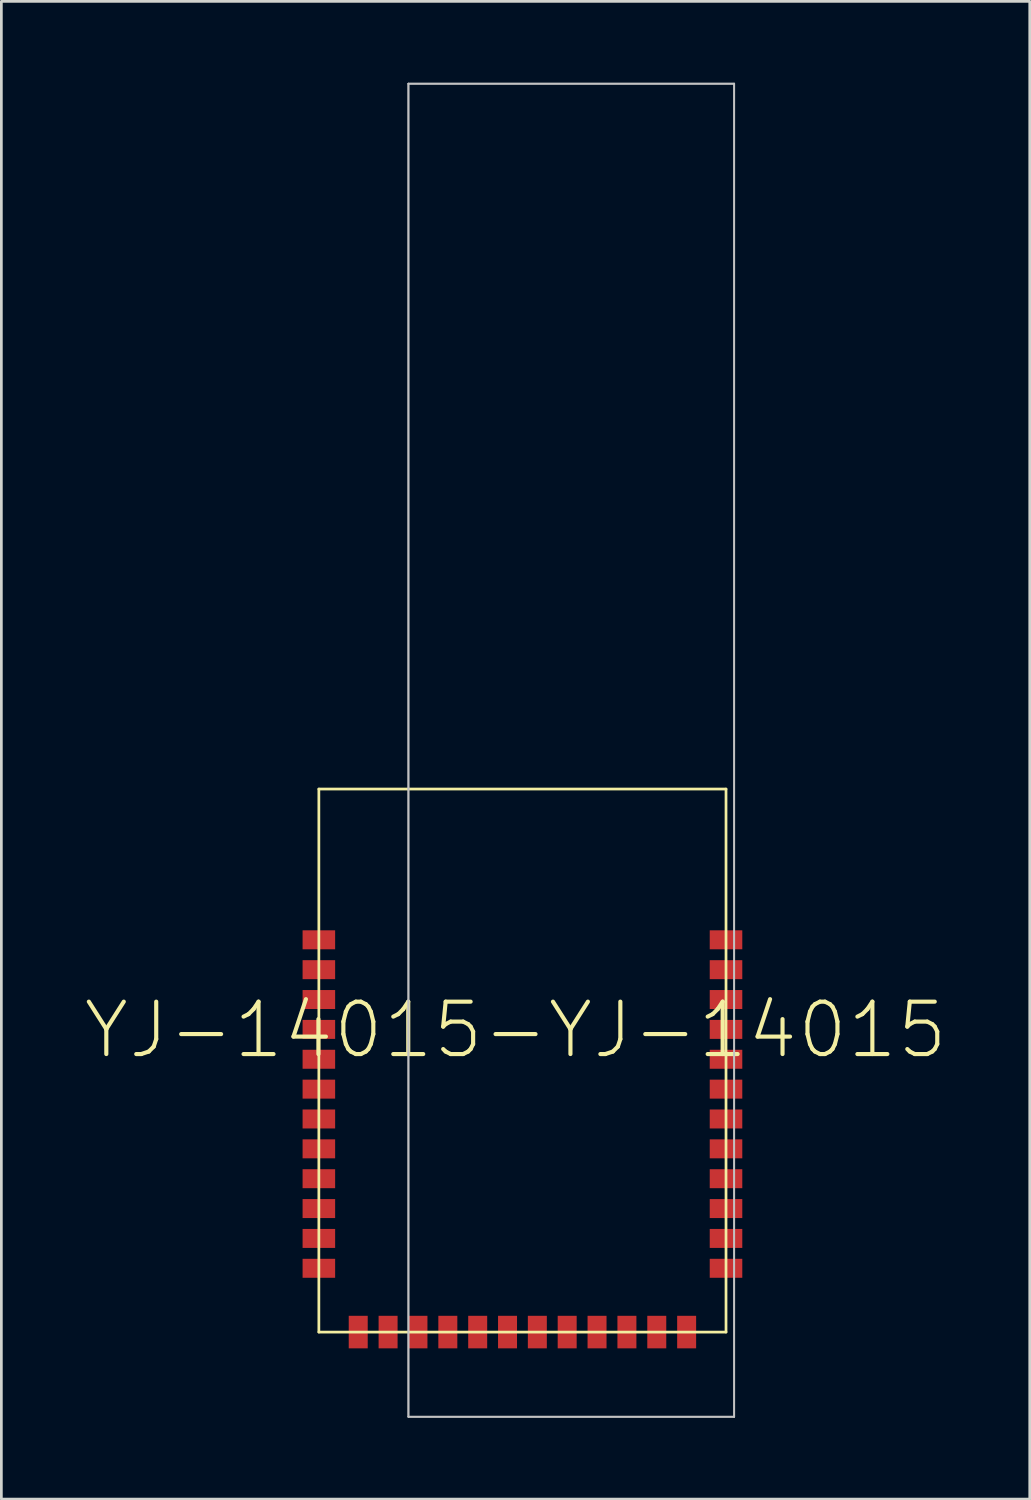
<source format=kicad_pcb>
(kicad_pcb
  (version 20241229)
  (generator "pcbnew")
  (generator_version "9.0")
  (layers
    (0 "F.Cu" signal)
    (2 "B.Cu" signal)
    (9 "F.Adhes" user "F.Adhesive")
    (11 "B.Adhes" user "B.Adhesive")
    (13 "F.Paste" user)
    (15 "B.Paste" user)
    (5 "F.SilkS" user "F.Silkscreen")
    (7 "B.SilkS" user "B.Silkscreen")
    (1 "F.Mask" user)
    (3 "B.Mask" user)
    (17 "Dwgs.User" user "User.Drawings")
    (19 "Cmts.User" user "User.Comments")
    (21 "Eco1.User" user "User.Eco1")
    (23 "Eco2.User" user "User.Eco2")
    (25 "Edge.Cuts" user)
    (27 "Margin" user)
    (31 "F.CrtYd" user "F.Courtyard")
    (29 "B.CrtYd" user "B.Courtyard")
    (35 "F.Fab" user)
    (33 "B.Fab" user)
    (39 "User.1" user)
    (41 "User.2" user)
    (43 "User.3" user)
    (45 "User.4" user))
  (footprint "YJ-14015-YJ-14015"
    (layer "F.Cu")
    (at 16.192 46.012)
    (property "Reference" "YJ-14015-YJ-14015" (at -0.254 -11.125 0) (layer "F.SilkS") (effects (font (size 1.93 1.93) (thickness 0.152))))
    (attr smd)
    (fp_line (start -7.498 -20) (end -7.498 0) (stroke (width 0.1) (type solid)) (layer "F.SilkS"))
    (fp_line (start -7.498 0) (end 7.498 0) (stroke (width 0.1) (type solid)) (layer "F.SilkS"))
    (fp_line (start 7.498 -20) (end -7.498 -20) (stroke (width 0.1) (type solid)) (layer "F.SilkS"))
    (fp_line (start 7.498 0) (end 7.498 -20) (stroke (width 0.1) (type solid)) (layer "F.SilkS"))
    (fp_line (start -4.199 -45.979) (end 7.798 -45.979) (stroke (width 0.066) (type solid)) (layer "Dwgs.User"))
    (fp_line (start -4.199 -45.979) (end 7.798 -45.979) (stroke (width 0.066) (type solid)) (layer "Dwgs.User"))
    (fp_line (start -4.199 3.119) (end -4.199 -45.979) (stroke (width 0.066) (type solid)) (layer "Dwgs.User"))
    (fp_line (start -4.199 3.119) (end -4.199 -45.979) (stroke (width 0.066) (type solid)) (layer "Dwgs.User"))
    (fp_line (start -4.199 3.119) (end 7.798 3.119) (stroke (width 0.066) (type solid)) (layer "Dwgs.User"))
    (fp_line (start -4.199 3.119) (end 7.798 3.119) (stroke (width 0.066) (type solid)) (layer "Dwgs.User"))
    (fp_line (start 7.798 3.119) (end 7.798 -45.979) (stroke (width 0.066) (type solid)) (layer "Dwgs.User"))
    (fp_line (start 7.798 3.119) (end 7.798 -45.979) (stroke (width 0.066) (type solid)) (layer "Dwgs.User"))
    (pad "GND" smd rect (at -7.498 -3.449 90) (size 0.699 1.199) (layers "F.Cu" "F.Mask" "F.Paste"))
    (pad "GND@" smd rect (at -7.498 -14.448 90) (size 0.699 1.199) (layers "F.Cu" "F.Mask" "F.Paste"))
    (pad "P.00" smd rect (at -4.948 0 90) (size 1.199 0.699) (layers "F.Cu" "F.Mask" "F.Paste"))
    (pad "P.01" smd rect (at -3.848 0 90) (size 1.199 0.699) (layers "F.Cu" "F.Mask" "F.Paste"))
    (pad "P.02" smd rect (at -2.748 0 90) (size 1.199 0.699) (layers "F.Cu" "F.Mask" "F.Paste"))
    (pad "P.03" smd rect (at -1.648 0 90) (size 1.199 0.699) (layers "F.Cu" "F.Mask" "F.Paste"))
    (pad "P.04" smd rect (at -0.549 0 90) (size 1.199 0.699) (layers "F.Cu" "F.Mask" "F.Paste"))
    (pad "P.05" smd rect (at 0.549 0 90) (size 1.199 0.699) (layers "F.Cu" "F.Mask" "F.Paste"))
    (pad "P.06" smd rect (at 1.648 0 90) (size 1.199 0.699) (layers "F.Cu" "F.Mask" "F.Paste"))
    (pad "P.07" smd rect (at 2.748 0 90) (size 1.199 0.699) (layers "F.Cu" "F.Mask" "F.Paste"))
    (pad "P.08" smd rect (at 3.848 0 90) (size 1.199 0.699) (layers "F.Cu" "F.Mask" "F.Paste"))
    (pad "P.09" smd rect (at 4.948 0 90) (size 1.199 0.699) (layers "F.Cu" "F.Mask" "F.Paste"))
    (pad "P.10" smd rect (at 6.048 0 90) (size 1.199 0.699) (layers "F.Cu" "F.Mask" "F.Paste"))
    (pad "P.11" smd rect (at 7.498 -2.349 90) (size 0.699 1.199) (layers "F.Cu" "F.Mask" "F.Paste"))
    (pad "P.12" smd rect (at 7.498 -3.449 90) (size 0.699 1.199) (layers "F.Cu" "F.Mask" "F.Paste"))
    (pad "P.13" smd rect (at 7.498 -4.549 90) (size 0.699 1.199) (layers "F.Cu" "F.Mask" "F.Paste"))
    (pad "P.14" smd rect (at 7.498 -5.649 90) (size 0.699 1.199) (layers "F.Cu" "F.Mask" "F.Paste"))
    (pad "P.15" smd rect (at 7.498 -6.749 90) (size 0.699 1.199) (layers "F.Cu" "F.Mask" "F.Paste"))
    (pad "P.16" smd rect (at 7.498 -7.849 90) (size 0.699 1.199) (layers "F.Cu" "F.Mask" "F.Paste"))
    (pad "P.17" smd rect (at 7.498 -11.148 90) (size 0.699 1.199) (layers "F.Cu" "F.Mask" "F.Paste"))
    (pad "P.18" smd rect (at 7.498 -12.248 90) (size 0.699 1.199) (layers "F.Cu" "F.Mask" "F.Paste"))
    (pad "P.19" smd rect (at 7.498 -13.348 90) (size 0.699 1.199) (layers "F.Cu" "F.Mask" "F.Paste"))
    (pad "P.20" smd rect (at 7.498 -14.448 90) (size 0.699 1.199) (layers "F.Cu" "F.Mask" "F.Paste"))
    (pad "P.21" smd rect (at -7.498 -13.348 90) (size 0.699 1.199) (layers "F.Cu" "F.Mask" "F.Paste"))
    (pad "P.22" smd rect (at -7.498 -12.248 90) (size 0.699 1.199) (layers "F.Cu" "F.Mask" "F.Paste"))
    (pad "P.23" smd rect (at -7.498 -11.148 90) (size 0.699 1.199) (layers "F.Cu" "F.Mask" "F.Paste"))
    (pad "P.24" smd rect (at -7.498 -10.048 90) (size 0.699 1.199) (layers "F.Cu" "F.Mask" "F.Paste"))
    (pad "P.25" smd rect (at -7.498 -8.948 90) (size 0.699 1.199) (layers "F.Cu" "F.Mask" "F.Paste"))
    (pad "P.26" smd rect (at -7.498 -7.849 90) (size 0.699 1.199) (layers "F.Cu" "F.Mask" "F.Paste"))
    (pad "P.27" smd rect (at -7.498 -6.749 90) (size 0.699 1.199) (layers "F.Cu" "F.Mask" "F.Paste"))
    (pad "P.28" smd rect (at -7.498 -5.649 90) (size 0.699 1.199) (layers "F.Cu" "F.Mask" "F.Paste"))
    (pad "P.29" smd rect (at -7.498 -4.549 90) (size 0.699 1.199) (layers "F.Cu" "F.Mask" "F.Paste"))
    (pad "P.30" smd rect (at -6.048 0 90) (size 1.199 0.699) (layers "F.Cu" "F.Mask" "F.Paste"))
    (pad "SWDC" smd rect (at 7.498 -10.048 90) (size 0.699 1.199) (layers "F.Cu" "F.Mask" "F.Paste"))
    (pad "SWDI" smd rect (at 7.498 -8.948 90) (size 0.699 1.199) (layers "F.Cu" "F.Mask" "F.Paste"))
    (pad "VDD" smd rect (at -7.498 -2.349 90) (size 0.699 1.199) (layers "F.Cu" "F.Mask" "F.Paste")))
  (gr_rect
    (start -3 -3)
    (end 34.877 52.164)
    (stroke (width 0.1) (type default))
    (fill no)
    (layer "Edge.Cuts")))
</source>
